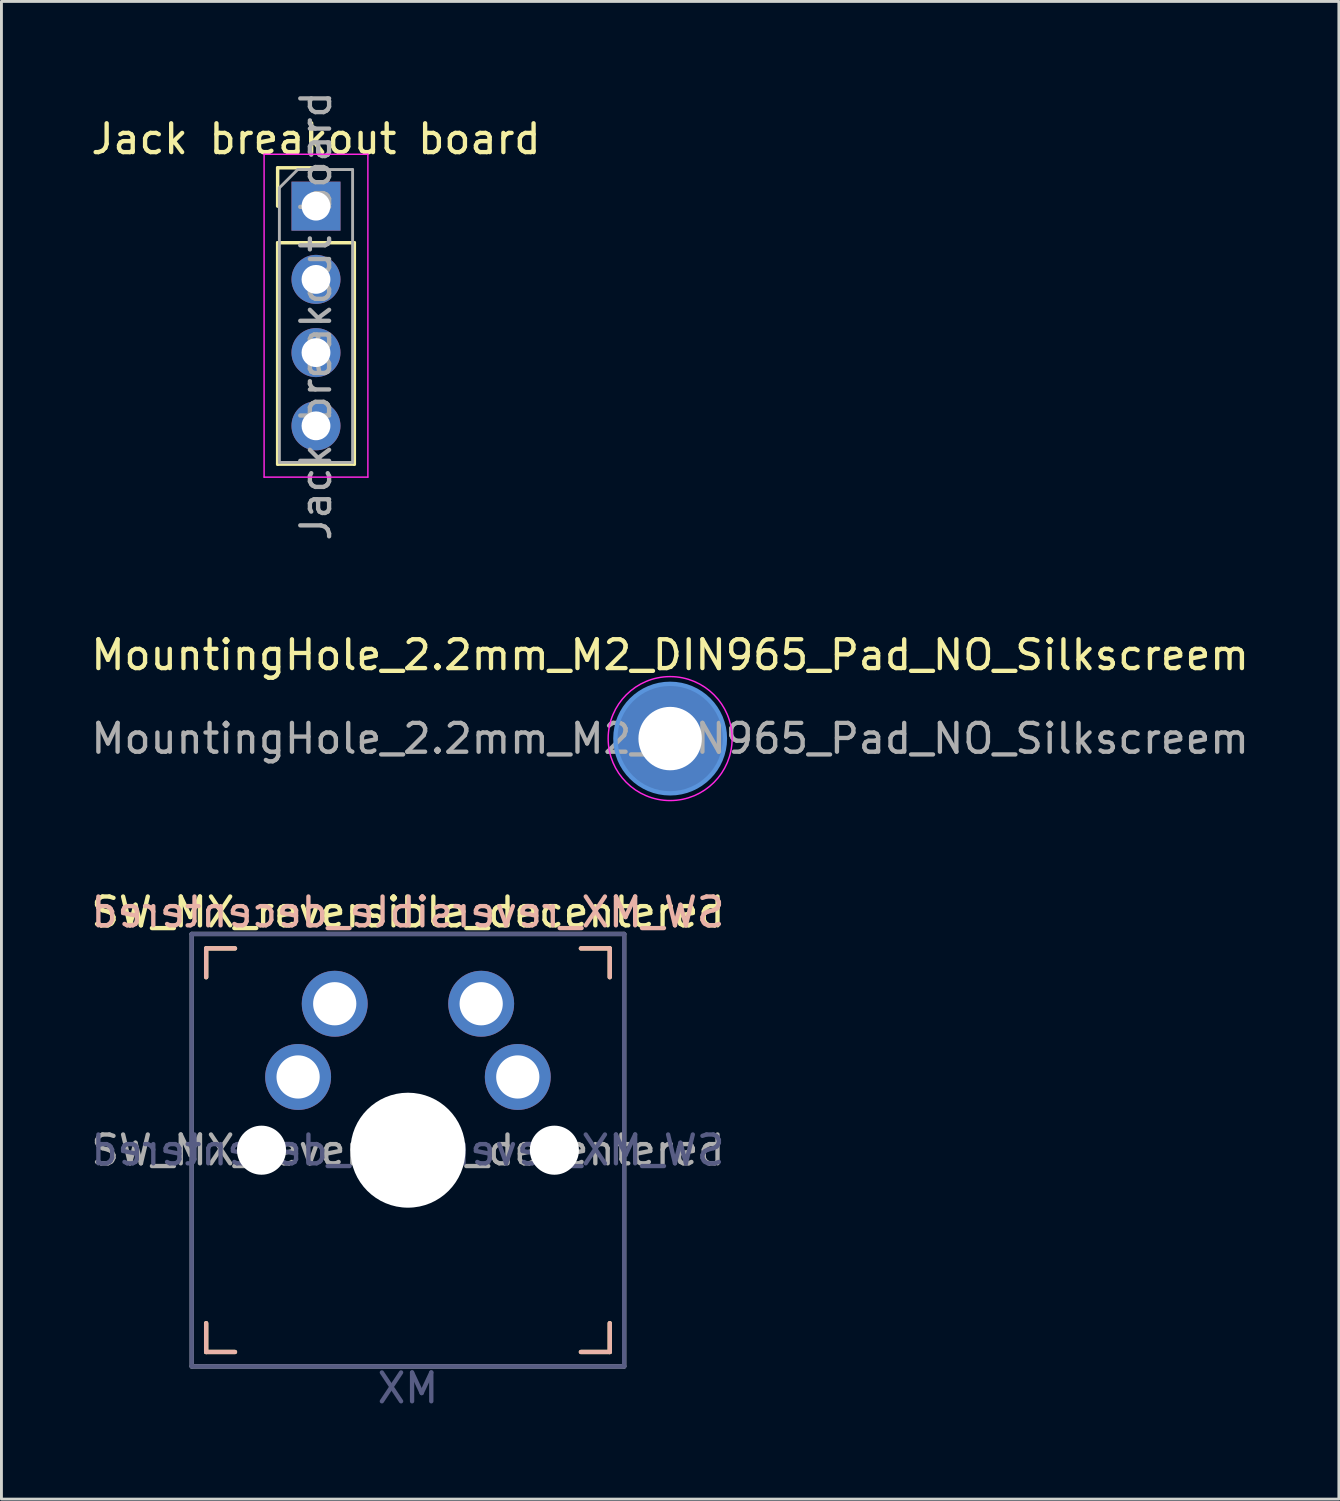
<source format=kicad_pcb>
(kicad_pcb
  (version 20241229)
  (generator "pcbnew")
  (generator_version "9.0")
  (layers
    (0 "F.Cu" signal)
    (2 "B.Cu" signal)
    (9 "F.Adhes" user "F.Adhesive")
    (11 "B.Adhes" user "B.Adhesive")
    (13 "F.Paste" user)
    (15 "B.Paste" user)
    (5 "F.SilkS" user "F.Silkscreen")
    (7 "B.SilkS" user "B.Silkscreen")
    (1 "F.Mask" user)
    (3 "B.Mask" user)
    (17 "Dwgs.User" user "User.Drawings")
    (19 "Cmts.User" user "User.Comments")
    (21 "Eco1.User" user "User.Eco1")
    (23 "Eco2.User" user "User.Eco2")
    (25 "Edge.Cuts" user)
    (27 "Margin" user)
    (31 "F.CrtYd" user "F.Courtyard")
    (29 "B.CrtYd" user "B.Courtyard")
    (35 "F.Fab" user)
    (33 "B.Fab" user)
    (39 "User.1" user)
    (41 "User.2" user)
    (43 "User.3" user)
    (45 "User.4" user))
  (footprint "Jack breakout board"
    (layer "F.Cu")
    (at 7.911 4.101)
    (property "Reference" "Jack breakout board" (at 0 -2.33 0) (layer "F.SilkS") (effects (font (size 1 1) (thickness 0.15))))
    (attr through_hole)
    (fp_line (start -1.33 -1.33) (end 0 -1.33) (stroke (width 0.12) (type solid)) (layer "F.SilkS"))
    (fp_line (start -1.33 0) (end -1.33 -1.33) (stroke (width 0.12) (type solid)) (layer "F.SilkS"))
    (fp_line (start -1.33 1.27) (end -1.33 8.95) (stroke (width 0.12) (type solid)) (layer "F.SilkS"))
    (fp_line (start -1.33 1.27) (end 1.33 1.27) (stroke (width 0.12) (type solid)) (layer "F.SilkS"))
    (fp_line (start -1.33 8.95) (end 1.33 8.95) (stroke (width 0.12) (type solid)) (layer "F.SilkS"))
    (fp_line (start 1.33 1.27) (end 1.33 8.95) (stroke (width 0.12) (type solid)) (layer "F.SilkS"))
    (fp_line (start -1.8 -1.8) (end -1.8 9.4) (stroke (width 0.05) (type solid)) (layer "F.CrtYd"))
    (fp_line (start -1.8 9.4) (end 1.8 9.4) (stroke (width 0.05) (type solid)) (layer "F.CrtYd"))
    (fp_line (start 1.8 -1.8) (end -1.8 -1.8) (stroke (width 0.05) (type solid)) (layer "F.CrtYd"))
    (fp_line (start 1.8 9.4) (end 1.8 -1.8) (stroke (width 0.05) (type solid)) (layer "F.CrtYd"))
    (fp_line (start -1.27 -0.635) (end -0.635 -1.27) (stroke (width 0.1) (type solid)) (layer "F.Fab"))
    (fp_line (start -1.27 8.89) (end -1.27 -0.635) (stroke (width 0.1) (type solid)) (layer "F.Fab"))
    (fp_line (start -0.635 -1.27) (end 1.27 -1.27) (stroke (width 0.1) (type solid)) (layer "F.Fab"))
    (fp_line (start 1.27 -1.27) (end 1.27 8.89) (stroke (width 0.1) (type solid)) (layer "F.Fab"))
    (fp_line (start 1.27 8.89) (end -1.27 8.89) (stroke (width 0.1) (type solid)) (layer "F.Fab"))
    (fp_text user "${REFERENCE}" (at 0 3.81 90) (layer "F.Fab") (effects (font (size 1 1) (thickness 0.15))))
    (pad "R1" thru_hole oval (at 0 7.62) (size 1.7 1.7) (drill 1) (layers "*.Cu" "*.Mask"))
    (pad "R2" thru_hole rect (at 0 0) (size 1.7 1.7) (drill 1) (layers "*.Cu" "*.Mask"))
    (pad "S" thru_hole oval (at 0 2.54) (size 1.7 1.7) (drill 1) (layers "*.Cu" "*.Mask"))
    (pad "T" thru_hole oval (at 0 5.08) (size 1.7 1.7) (drill 1) (layers "*.Cu" "*.Mask")))
  (footprint "MountingHole_2.2mm_M2_DIN965_Pad_NO_Silkscreem"
    (layer "F.Cu")
    (at 20.196 22.57)
    (property "Reference" "MountingHole_2.2mm_M2_DIN965_Pad_NO_Silkscreem" (at 0 -2.9 0) (layer "F.SilkS") (effects (font (size 1 1) (thickness 0.15))))
    (attr exclude_from_pos_files exclude_from_bom)
    (fp_circle (center 0 0) (end 1.9 0) (stroke (width 0.15) (type solid)) (fill no) (layer "Cmts.User"))
    (fp_circle (center 0 0) (end 2.15 0) (stroke (width 0.05) (type solid)) (fill no) (layer "F.CrtYd"))
    (fp_text user "${REFERENCE}" (at 0 0 0) (layer "F.Fab") (effects (font (size 1 1) (thickness 0.15))))
    (pad "1" thru_hole circle (at 0 0) (size 3.8 3.8) (drill 2.2) (layers "*.Cu" "*.Mask")))
  (footprint "SW_MX_reversible_decentered"
    (layer "F.Cu")
    (at 13.641 31.768)
    (property "Reference" "SW_MX_reversible_decentered" (at -2.54 -3.175 0) (layer "F.SilkS") (effects (font (size 1 1) (thickness 0.15))))
    (property "Value" "MX" (at -2.54 13.335 0) (layer "F.Fab") (hide yes) (effects (font (size 1 1) (thickness 0.15))))
    (attr through_hole)
    (fp_line (start -9.54 -1.92) (end -8.54 -1.92) (stroke (width 0.15) (type solid)) (layer "F.SilkS"))
    (fp_line (start -9.54 -0.92) (end -9.54 -1.92) (stroke (width 0.15) (type solid)) (layer "F.SilkS"))
    (fp_line (start -9.54 12.08) (end -9.54 11.08) (stroke (width 0.15) (type solid)) (layer "F.SilkS"))
    (fp_line (start -8.54 12.08) (end -9.54 12.08) (stroke (width 0.15) (type solid)) (layer "F.SilkS"))
    (fp_line (start 3.46 -1.92) (end 4.46 -1.92) (stroke (width 0.15) (type solid)) (layer "F.SilkS"))
    (fp_line (start 4.46 -1.92) (end 4.46 -0.92) (stroke (width 0.15) (type solid)) (layer "F.SilkS"))
    (fp_line (start 4.46 11.08) (end 4.46 12.08) (stroke (width 0.15) (type solid)) (layer "F.SilkS"))
    (fp_line (start 4.46 12.08) (end 3.46 12.08) (stroke (width 0.15) (type solid)) (layer "F.SilkS"))
    (fp_line (start -9.54 -1.92) (end -8.54 -1.92) (stroke (width 0.15) (type solid)) (layer "B.SilkS"))
    (fp_line (start -9.54 -0.92) (end -9.54 -1.92) (stroke (width 0.15) (type solid)) (layer "B.SilkS"))
    (fp_line (start -9.54 12.08) (end -9.54 11.08) (stroke (width 0.15) (type solid)) (layer "B.SilkS"))
    (fp_line (start -8.54 12.08) (end -9.54 12.08) (stroke (width 0.15) (type solid)) (layer "B.SilkS"))
    (fp_line (start 3.46 -1.92) (end 4.46 -1.92) (stroke (width 0.15) (type solid)) (layer "B.SilkS"))
    (fp_line (start 4.46 -1.92) (end 4.46 -0.92) (stroke (width 0.15) (type solid)) (layer "B.SilkS"))
    (fp_line (start 4.46 11.08) (end 4.46 12.08) (stroke (width 0.15) (type solid)) (layer "B.SilkS"))
    (fp_line (start 4.46 12.08) (end 3.46 12.08) (stroke (width 0.15) (type solid)) (layer "B.SilkS"))
    (fp_line (start -9.44 11.98) (end -9.44 -1.82) (stroke (width 0.15) (type solid)) (layer "Eco2.User"))
    (fp_line (start -9.44 11.98) (end 4.36 11.98) (stroke (width 0.15) (type solid)) (layer "Eco2.User"))
    (fp_line (start 4.36 -1.82) (end -9.44 -1.82) (stroke (width 0.15) (type solid)) (layer "Eco2.User"))
    (fp_line (start 4.36 -1.82) (end 4.36 11.98) (stroke (width 0.15) (type solid)) (layer "Eco2.User"))
    (fp_line (start -10.04 -2.42) (end 4.96 -2.42) (stroke (width 0.15) (type solid)) (layer "B.Fab"))
    (fp_line (start -10.04 12.58) (end -10.04 -2.42) (stroke (width 0.15) (type solid)) (layer "B.Fab"))
    (fp_line (start 4.96 -2.42) (end 4.96 12.58) (stroke (width 0.15) (type solid)) (layer "B.Fab"))
    (fp_line (start 4.96 12.58) (end -10.04 12.58) (stroke (width 0.15) (type solid)) (layer "B.Fab"))
    (fp_line (start -10.04 -2.42) (end 4.96 -2.42) (stroke (width 0.15) (type solid)) (layer "F.Fab"))
    (fp_line (start -10.04 12.58) (end -10.04 -2.42) (stroke (width 0.15) (type solid)) (layer "F.Fab"))
    (fp_line (start 4.96 -2.42) (end 4.96 12.58) (stroke (width 0.15) (type solid)) (layer "F.Fab"))
    (fp_line (start 4.96 12.58) (end -10.04 12.58) (stroke (width 0.15) (type solid)) (layer "F.Fab"))
    (fp_text user "${REFERENCE}" (at -2.54 -3.175 0) (layer "B.SilkS") (effects (font (size 1 1) (thickness 0.15)) (justify mirror)))
    (fp_text user "${VALUE}" (at -2.54 13.335 0) (layer "B.Fab") (effects (font (size 1 1) (thickness 0.15)) (justify mirror)))
    (fp_text user "${REFERENCE}" (at -2.54 5.08 0) (layer "B.Fab") (effects (font (size 1 1) (thickness 0.15)) (justify mirror)))
    (fp_text user "${REFERENCE}" (at -2.54 5.08 0) (layer "F.Fab") (effects (font (size 1 1) (thickness 0.15))))
    (pad "" np_thru_hole circle (at -7.62 5.08) (size 1.702 1.702) (drill 1.702) (layers "*.Cu" "*.Mask"))
    (pad "" np_thru_hole circle (at -2.54 5.08) (size 3.988 3.988) (drill 3.988) (layers "*.Cu" "*.Mask"))
    (pad "" np_thru_hole circle (at 2.54 5.08) (size 1.702 1.702) (drill 1.702) (layers "*.Cu" "*.Mask"))
    (pad "1" thru_hole circle (at 0 0) (size 2.286 2.286) (drill 1.499) (layers "*.Cu" "*.Mask"))
    (pad "1" thru_hole circle (at 1.27 2.54) (size 2.286 2.286) (drill 1.499) (layers "*.Cu" "*.Mask"))
    (pad "2" thru_hole circle (at -6.35 2.54) (size 2.286 2.286) (drill 1.499) (layers "*.Cu" "*.Mask"))
    (pad "2" thru_hole circle (at -5.08 0) (size 2.286 2.286) (drill 1.499) (layers "*.Cu" "*.Mask")))
  (gr_rect
    (start -3 -3)
    (end 43.393 48.951)
    (stroke (width 0.1) (type default))
    (fill no)
    (layer "Edge.Cuts")))
</source>
